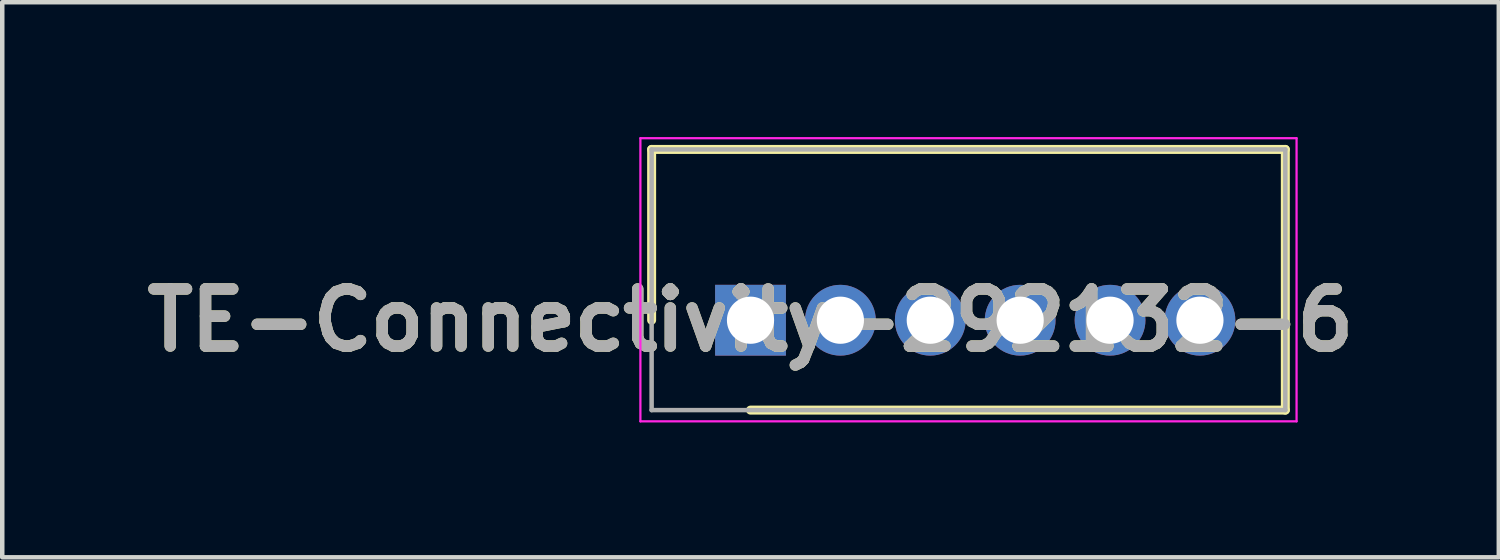
<source format=kicad_pcb>
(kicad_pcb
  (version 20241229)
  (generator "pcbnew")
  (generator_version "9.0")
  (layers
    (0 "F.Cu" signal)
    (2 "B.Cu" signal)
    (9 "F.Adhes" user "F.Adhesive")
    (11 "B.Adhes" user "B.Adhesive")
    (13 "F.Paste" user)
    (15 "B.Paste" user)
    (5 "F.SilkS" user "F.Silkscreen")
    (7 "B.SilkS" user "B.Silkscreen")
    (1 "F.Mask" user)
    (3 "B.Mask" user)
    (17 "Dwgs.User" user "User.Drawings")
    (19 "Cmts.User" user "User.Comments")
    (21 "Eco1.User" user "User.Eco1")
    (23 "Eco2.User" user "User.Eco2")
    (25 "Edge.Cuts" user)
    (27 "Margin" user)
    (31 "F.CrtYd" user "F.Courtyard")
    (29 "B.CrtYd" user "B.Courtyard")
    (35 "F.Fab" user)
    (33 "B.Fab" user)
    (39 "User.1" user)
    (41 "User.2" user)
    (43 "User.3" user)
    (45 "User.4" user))
  (footprint "TE-Connectivity-292132-6"
    (layer "F.Cu")
    (at 13.649 4.075)
    (property "Reference" "TE-Connectivity-292132-6" (at 0 0 0) (layer "F.SilkS") (effects (font (size 1.27 1.27) (thickness 0.254))))
    (attr through_hole)
    (fp_line (start -2.2 -3.8) (end -2.2 0) (stroke (width 0.2) (type solid)) (layer "F.SilkS"))
    (fp_line (start 0 2) (end 11.9 2) (stroke (width 0.2) (type solid)) (layer "F.SilkS"))
    (fp_line (start 11.9 -3.8) (end -2.2 -3.8) (stroke (width 0.2) (type solid)) (layer "F.SilkS"))
    (fp_line (start 11.9 2) (end 11.9 -3.8) (stroke (width 0.2) (type solid)) (layer "F.SilkS"))
    (fp_line (start -2.45 -4.05) (end 12.15 -4.05) (stroke (width 0.05) (type solid)) (layer "F.CrtYd"))
    (fp_line (start -2.45 2.25) (end -2.45 -4.05) (stroke (width 0.05) (type solid)) (layer "F.CrtYd"))
    (fp_line (start 12.15 -4.05) (end 12.15 2.25) (stroke (width 0.05) (type solid)) (layer "F.CrtYd"))
    (fp_line (start 12.15 2.25) (end -2.45 2.25) (stroke (width 0.05) (type solid)) (layer "F.CrtYd"))
    (fp_line (start -2.2 -3.8) (end 11.9 -3.8) (stroke (width 0.1) (type solid)) (layer "F.Fab"))
    (fp_line (start -2.2 2) (end -2.2 -3.8) (stroke (width 0.1) (type solid)) (layer "F.Fab"))
    (fp_line (start 11.9 -3.8) (end 11.9 2) (stroke (width 0.1) (type solid)) (layer "F.Fab"))
    (fp_line (start 11.9 2) (end -2.2 2) (stroke (width 0.1) (type solid)) (layer "F.Fab"))
    (fp_text user "${REFERENCE}" (at 0 0 0) (layer "F.Fab") (effects (font (size 1.27 1.27) (thickness 0.254))))
    (pad "1" thru_hole rect (at 0 0) (size 1.575 1.575) (drill 1.05) (layers "*.Cu" "*.Mask"))
    (pad "2" thru_hole circle (at 2 0) (size 1.575 1.575) (drill 1.05) (layers "*.Cu" "*.Mask"))
    (pad "3" thru_hole circle (at 4 0) (size 1.575 1.575) (drill 1.05) (layers "*.Cu" "*.Mask"))
    (pad "4" thru_hole circle (at 6 0) (size 1.575 1.575) (drill 1.05) (layers "*.Cu" "*.Mask"))
    (pad "5" thru_hole circle (at 8 0) (size 1.575 1.575) (drill 1.05) (layers "*.Cu" "*.Mask"))
    (pad "6" thru_hole circle (at 10 0) (size 1.575 1.575) (drill 1.05) (layers "*.Cu" "*.Mask")))
  (gr_rect
    (start -3 -3)
    (end 30.299 9.35)
    (stroke (width 0.1) (type default))
    (fill no)
    (layer "Edge.Cuts")))
</source>
